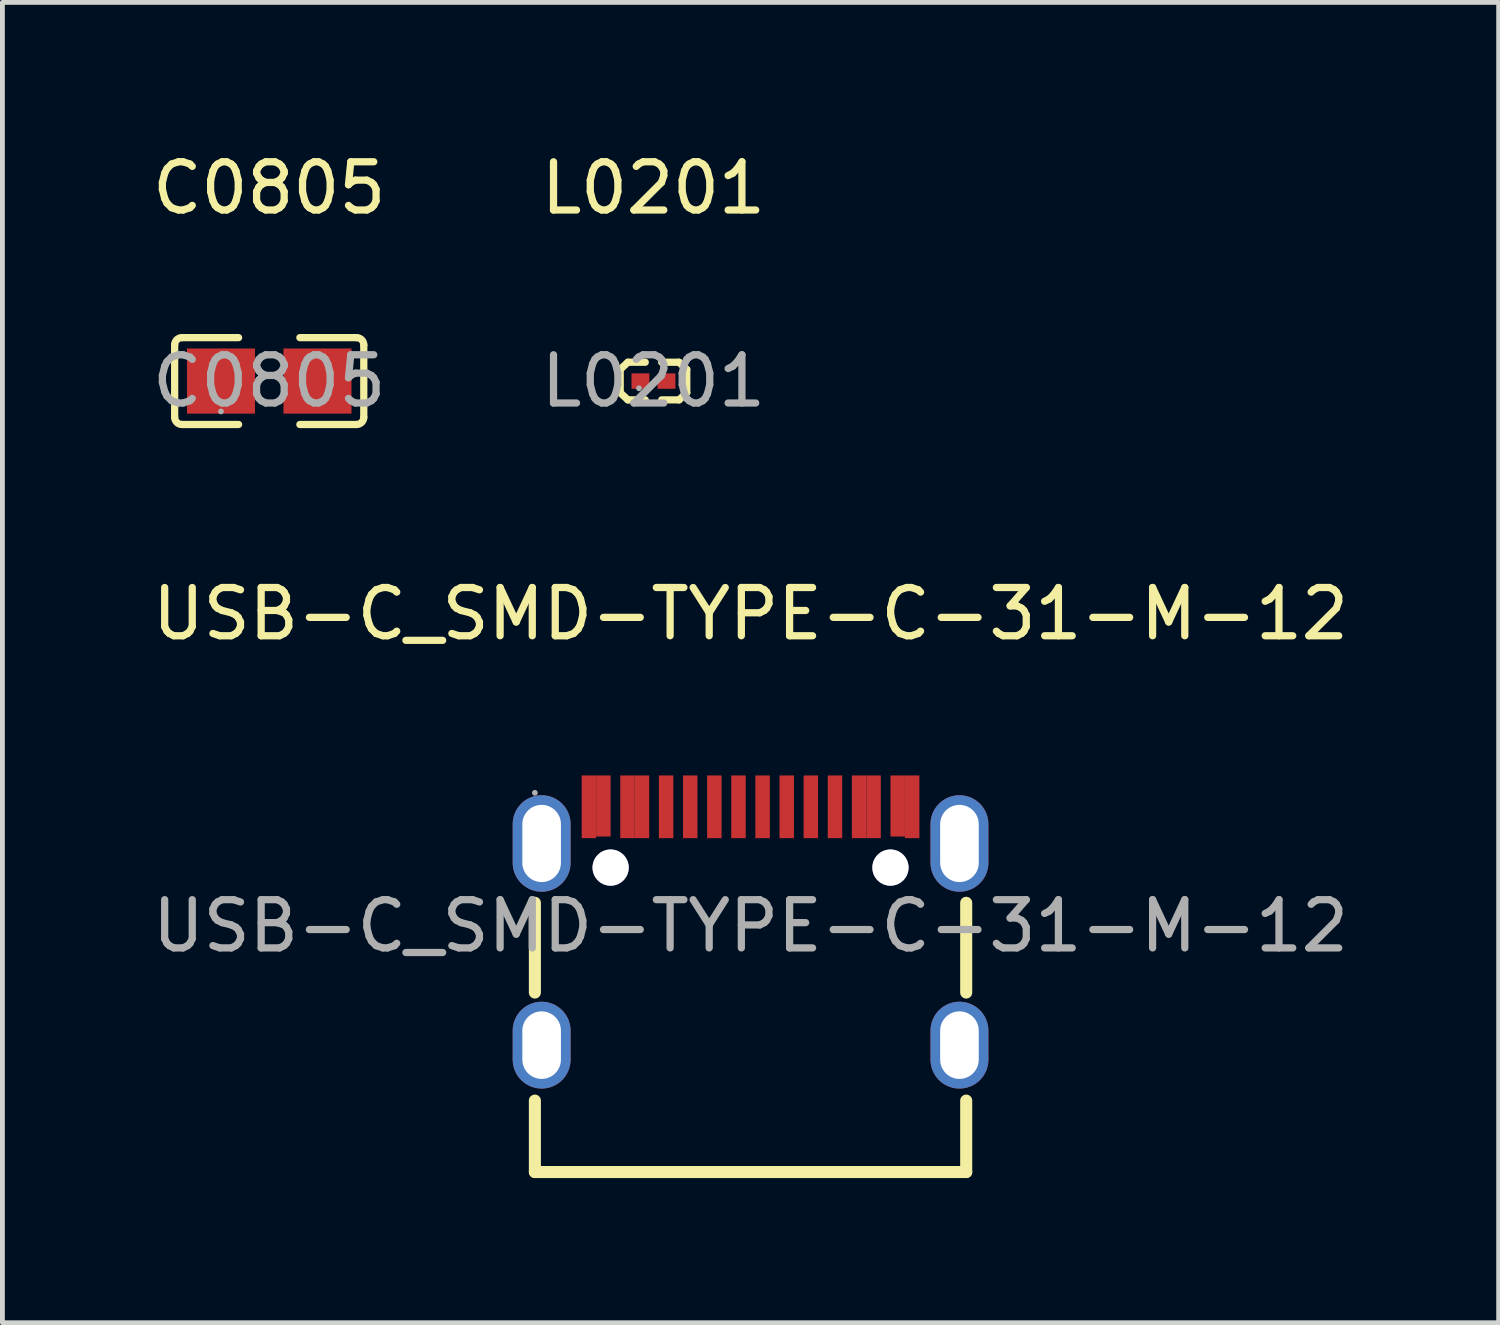
<source format=kicad_pcb>
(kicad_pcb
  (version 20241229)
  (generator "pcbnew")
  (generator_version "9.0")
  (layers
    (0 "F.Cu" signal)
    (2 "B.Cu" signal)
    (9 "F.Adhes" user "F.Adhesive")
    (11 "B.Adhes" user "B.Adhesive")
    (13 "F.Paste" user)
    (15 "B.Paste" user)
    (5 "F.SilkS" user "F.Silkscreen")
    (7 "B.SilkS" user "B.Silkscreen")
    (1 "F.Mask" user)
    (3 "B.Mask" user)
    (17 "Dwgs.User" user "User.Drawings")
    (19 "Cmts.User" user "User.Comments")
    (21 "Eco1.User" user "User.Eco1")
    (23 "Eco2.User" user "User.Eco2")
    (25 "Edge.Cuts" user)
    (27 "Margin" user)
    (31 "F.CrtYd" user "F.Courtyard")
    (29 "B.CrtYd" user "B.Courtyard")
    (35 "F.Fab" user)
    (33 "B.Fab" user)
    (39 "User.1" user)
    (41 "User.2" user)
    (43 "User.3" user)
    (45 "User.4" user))
  (footprint "USB-C_SMD-TYPE-C-31-M-12"
    (layer "F.Cu")
    (at 12.506 16.142)
    (property "Reference" "USB-C_SMD-TYPE-C-31-M-12" (at 0 -6.47 0) (layer "F.SilkS") (effects (font (size 1 1) (thickness 0.15))))
    (attr smd)
    (fp_line (start -4.47 1.38) (end -4.47 -0.48) (stroke (width 0.25) (type solid)) (layer "F.SilkS"))
    (fp_line (start -4.47 5.1) (end -4.47 3.62) (stroke (width 0.25) (type solid)) (layer "F.SilkS"))
    (fp_line (start 4.47 1.38) (end 4.47 -0.48) (stroke (width 0.25) (type solid)) (layer "F.SilkS"))
    (fp_line (start 4.47 5.1) (end -4.47 5.1) (stroke (width 0.25) (type solid)) (layer "F.SilkS"))
    (fp_line (start 4.47 5.1) (end 4.47 3.62) (stroke (width 0.25) (type solid)) (layer "F.SilkS"))
    (fp_circle (center -2.9 -1.21) (end -2.78 -1.21) (stroke (width 0.25) (type solid)) (fill no) (layer "Cmts.User"))
    (fp_circle (center 2.9 -1.21) (end 3.02 -1.21) (stroke (width 0.25) (type solid)) (fill no) (layer "Cmts.User"))
    (fp_circle (center -4.47 -2.76) (end -4.44 -2.76) (stroke (width 0.06) (type solid)) (fill no) (layer "F.Fab"))
    (fp_text user "${REFERENCE}" (at 0 0 0) (layer "F.Fab") (effects (font (size 1 1) (thickness 0.15))))
    (pad "" thru_hole circle (at -2.9 -1.21) (size 0.75 0.75) (drill 0.75) (layers "*.Cu" "*.Mask"))
    (pad "" thru_hole circle (at 2.9 -1.21) (size 0.75 0.75) (drill 0.75) (layers "*.Cu" "*.Mask"))
    (pad "0" thru_hole oval (at -4.33 -1.71) (size 1.2 2) (drill oval 0.8 1.6) (layers "*.Cu" "*.Mask"))
    (pad "1" thru_hole oval (at 4.33 -1.71) (size 1.2 2) (drill oval 0.8 1.6) (layers "*.Cu" "*.Mask"))
    (pad "2" thru_hole oval (at 4.33 2.47) (size 1.2 1.8) (drill oval 0.8 1.4) (layers "*.Cu" "*.Mask"))
    (pad "3" thru_hole oval (at -4.33 2.47) (size 1.2 1.8) (drill oval 0.8 1.4) (layers "*.Cu" "*.Mask"))
    (pad "A1" smd rect (at -3.35 -2.47) (size 0.3 1.3) (layers "F.Cu" "F.Mask" "F.Paste"))
    (pad "A4" smd rect (at -2.55 -2.47) (size 0.3 1.3) (layers "F.Cu" "F.Mask" "F.Paste"))
    (pad "A5" smd rect (at -1.25 -2.47) (size 0.3 1.3) (layers "F.Cu" "F.Mask" "F.Paste"))
    (pad "A6" smd rect (at -0.25 -2.47) (size 0.3 1.3) (layers "F.Cu" "F.Mask" "F.Paste"))
    (pad "A7" smd rect (at 0.25 -2.47) (size 0.3 1.3) (layers "F.Cu" "F.Mask" "F.Paste"))
    (pad "A8" smd rect (at 1.25 -2.47) (size 0.3 1.3) (layers "F.Cu" "F.Mask" "F.Paste"))
    (pad "A9" smd rect (at 2.55 -2.47) (size 0.3 1.3) (layers "F.Cu" "F.Mask" "F.Paste"))
    (pad "A12" smd rect (at 3.35 -2.47) (size 0.3 1.3) (layers "F.Cu" "F.Mask" "F.Paste"))
    (pad "B1" smd rect (at 3.05 -2.487) (size 0.3 1.266) (layers "F.Cu" "F.Mask" "F.Paste"))
    (pad "B4" smd rect (at 2.25 -2.47) (size 0.3 1.3) (layers "F.Cu" "F.Mask" "F.Paste"))
    (pad "B5" smd rect (at 1.75 -2.47) (size 0.3 1.3) (layers "F.Cu" "F.Mask" "F.Paste"))
    (pad "B6" smd rect (at 0.75 -2.47) (size 0.3 1.3) (layers "F.Cu" "F.Mask" "F.Paste"))
    (pad "B7" smd rect (at -0.75 -2.47) (size 0.3 1.3) (layers "F.Cu" "F.Mask" "F.Paste"))
    (pad "B8" smd rect (at -1.75 -2.47) (size 0.3 1.3) (layers "F.Cu" "F.Mask" "F.Paste"))
    (pad "B9" smd rect (at -2.25 -2.47) (size 0.3 1.3) (layers "F.Cu" "F.Mask" "F.Paste"))
    (pad "B12" smd rect (at -3.05 -2.487) (size 0.3 1.266) (layers "F.Cu" "F.Mask" "F.Paste")))
  (footprint "C0805"
    (layer "F.Cu")
    (at 2.53 4.848)
    (property "Reference" "C0805" (at 0 -4 0) (layer "F.SilkS") (effects (font (size 1 1) (thickness 0.15))))
    (attr smd)
    (fp_line (start -1.96 0.75) (end -1.96 -0.75) (stroke (width 0.15) (type solid)) (layer "F.SilkS"))
    (fp_line (start -1.81 -0.9) (end -0.635 -0.9) (stroke (width 0.15) (type solid)) (layer "F.SilkS"))
    (fp_line (start -0.635 0.9) (end -1.81 0.9) (stroke (width 0.15) (type solid)) (layer "F.SilkS"))
    (fp_line (start 0.635 0.9) (end 1.81 0.9) (stroke (width 0.15) (type solid)) (layer "F.SilkS"))
    (fp_line (start 1.81 -0.9) (end 0.635 -0.9) (stroke (width 0.15) (type solid)) (layer "F.SilkS"))
    (fp_line (start 1.96 0.75) (end 1.96 -0.75) (stroke (width 0.15) (type solid)) (layer "F.SilkS"))
    (fp_arc (start -1.96 -0.75) (mid -1.916066 -0.856066) (end -1.81 -0.9) (stroke (width 0.15) (type solid)) (layer "F.SilkS"))
    (fp_arc (start -1.81 0.9) (mid -1.916066 0.856066) (end -1.96 0.75) (stroke (width 0.15) (type solid)) (layer "F.SilkS"))
    (fp_arc (start 1.81 -0.9) (mid 1.916066 -0.856066) (end 1.96 -0.75) (stroke (width 0.15) (type solid)) (layer "F.SilkS"))
    (fp_arc (start 1.96 0.75) (mid 1.916066 0.856066) (end 1.81 0.9) (stroke (width 0.15) (type solid)) (layer "F.SilkS"))
    (fp_circle (center -1 0.63) (end -0.97 0.63) (stroke (width 0.06) (type solid)) (fill no) (layer "F.Fab"))
    (fp_text user "${REFERENCE}" (at 0 0 0) (layer "F.Fab") (effects (font (size 1 1) (thickness 0.15))))
    (pad "1" smd rect (at -1 0) (size 1.41 1.35) (layers "F.Cu" "F.Mask" "F.Paste"))
    (pad "2" smd rect (at 1 0) (size 1.41 1.35) (layers "F.Cu" "F.Mask" "F.Paste")))
  (footprint "L0201"
    (layer "F.Cu")
    (at 10.494 4.848)
    (property "Reference" "L0201" (at 0 -4 0) (layer "F.SilkS") (effects (font (size 1 1) (thickness 0.15))))
    (attr through_hole)
    (fp_line (start -0.69 -0.24) (end -0.53 -0.39) (stroke (width 0.15) (type solid)) (layer "F.SilkS"))
    (fp_line (start -0.69 0.24) (end -0.69 -0.24) (stroke (width 0.15) (type solid)) (layer "F.SilkS"))
    (fp_line (start -0.53 -0.39) (end -0.17 -0.39) (stroke (width 0.15) (type solid)) (layer "F.SilkS"))
    (fp_line (start -0.53 0.39) (end -0.69 0.24) (stroke (width 0.15) (type solid)) (layer "F.SilkS"))
    (fp_line (start -0.17 0.39) (end -0.53 0.39) (stroke (width 0.15) (type solid)) (layer "F.SilkS"))
    (fp_line (start 0.17 0.39) (end 0.53 0.39) (stroke (width 0.15) (type solid)) (layer "F.SilkS"))
    (fp_line (start 0.53 -0.39) (end 0.17 -0.39) (stroke (width 0.15) (type solid)) (layer "F.SilkS"))
    (fp_line (start 0.53 0.39) (end 0.69 0.24) (stroke (width 0.15) (type solid)) (layer "F.SilkS"))
    (fp_line (start 0.69 -0.24) (end 0.53 -0.39) (stroke (width 0.15) (type solid)) (layer "F.SilkS"))
    (fp_line (start 0.69 0.24) (end 0.69 -0.24) (stroke (width 0.15) (type solid)) (layer "F.SilkS"))
    (fp_circle (center -0.3 0.15) (end -0.27 0.15) (stroke (width 0.06) (type solid)) (fill no) (layer "F.Fab"))
    (fp_text user "${REFERENCE}" (at 0 0 0) (layer "F.Fab") (effects (font (size 1 1) (thickness 0.15))))
    (pad "1" smd rect (at -0.27 0) (size 0.37 0.32) (layers "F.Cu" "F.Mask" "F.Paste"))
    (pad "2" smd rect (at 0.27 0) (size 0.37 0.32) (layers "F.Cu" "F.Mask" "F.Paste")))
  (gr_rect
    (start -3 -3)
    (end 28.012 24.366)
    (stroke (width 0.1) (type default))
    (fill no)
    (layer "Edge.Cuts")))
</source>
